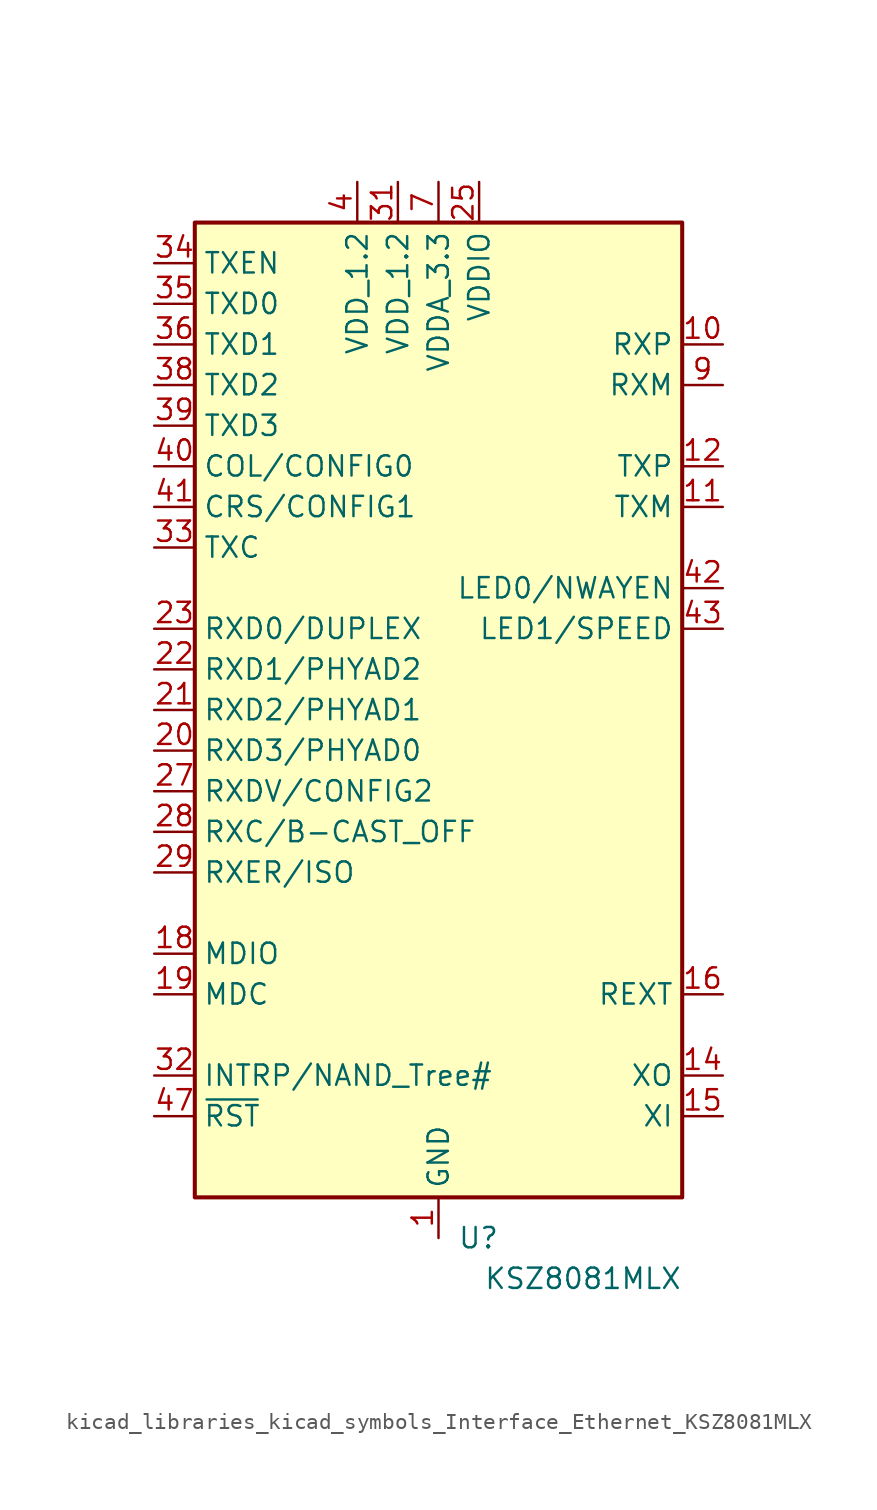
<source format=kicad_sym>
(kicad_symbol_lib
  (version 20220914)
  (generator kicad_symbol_editor)
  (symbol "kicad_libraries_kicad_symbols_Interface_Ethernet_KSZ8081MLX"
    (property "Reference" "U"
      (at 3.81 -33.02 0)
      (effects (font (size 1.27 1.27)) (justify right)))
    (property "Value" "KSZ8081MLX"
      (at 15.24 -35.56 0)
      (effects (font (size 1.27 1.27)) (justify right)))
    (symbol "kicad_libraries_kicad_symbols_Interface_Ethernet_KSZ8081MLX_1_1"
      (rectangle (start -15.24 30.48) (end 15.24 -30.48) (stroke (width 0.254) (type default)) (fill (type background)))
      (pin power_in line (at 0 -33.02 90) (length 2.54) (name "GND" (effects (font (size 1.27 1.27)))) (number "1" (effects (font (size 1.27 1.27)))))
      (pin passive line (at 17.78 22.86 180) (length 2.54) (name "RXP" (effects (font (size 1.27 1.27)))) (number "10" (effects (font (size 1.27 1.27)))))
      (pin passive line (at 17.78 12.7 180) (length 2.54) (name "TXM" (effects (font (size 1.27 1.27)))) (number "11" (effects (font (size 1.27 1.27)))))
      (pin passive line (at 17.78 15.24 180) (length 2.54) (name "TXP" (effects (font (size 1.27 1.27)))) (number "12" (effects (font (size 1.27 1.27)))))
      (pin passive line (at 0 -33.02 90) (length 2.54) hide (name "GND" (effects (font (size 1.27 1.27)))) (number "13" (effects (font (size 1.27 1.27)))))
      (pin output line (at 17.78 -22.86 180) (length 2.54) (name "XO" (effects (font (size 1.27 1.27)))) (number "14" (effects (font (size 1.27 1.27)))))
      (pin input line (at 17.78 -25.4 180) (length 2.54) (name "XI" (effects (font (size 1.27 1.27)))) (number "15" (effects (font (size 1.27 1.27)))))
      (pin passive line (at 17.78 -17.78 180) (length 2.54) (name "REXT" (effects (font (size 1.27 1.27)))) (number "16" (effects (font (size 1.27 1.27)))))
      (pin passive line (at 0 -33.02 90) (length 2.54) hide (name "GND" (effects (font (size 1.27 1.27)))) (number "17" (effects (font (size 1.27 1.27)))))
      (pin bidirectional line (at -17.78 -15.24 0) (length 2.54) (name "MDIO" (effects (font (size 1.27 1.27)))) (number "18" (effects (font (size 1.27 1.27)))))
      (pin input line (at -17.78 -17.78 0) (length 2.54) (name "MDC" (effects (font (size 1.27 1.27)))) (number "19" (effects (font (size 1.27 1.27)))))
      (pin passive line (at 0 -33.02 90) (length 2.54) hide (name "GND" (effects (font (size 1.27 1.27)))) (number "2" (effects (font (size 1.27 1.27)))))
      (pin output line (at -17.78 -2.54 0) (length 2.54) (name "RXD3/PHYAD0" (effects (font (size 1.27 1.27)))) (number "20" (effects (font (size 1.27 1.27)))))
      (pin output line (at -17.78 0 0) (length 2.54) (name "RXD2/PHYAD1" (effects (font (size 1.27 1.27)))) (number "21" (effects (font (size 1.27 1.27)))))
      (pin output line (at -17.78 2.54 0) (length 2.54) (name "RXD1/PHYAD2" (effects (font (size 1.27 1.27)))) (number "22" (effects (font (size 1.27 1.27)))))
      (pin output line (at -17.78 5.08 0) (length 2.54) (name "RXD0/DUPLEX" (effects (font (size 1.27 1.27)))) (number "23" (effects (font (size 1.27 1.27)))))
      (pin passive line (at 0 -33.02 90) (length 2.54) hide (name "GND" (effects (font (size 1.27 1.27)))) (number "24" (effects (font (size 1.27 1.27)))))
      (pin power_in line (at 2.54 33.02 270) (length 2.54) (name "VDDIO" (effects (font (size 1.27 1.27)))) (number "25" (effects (font (size 1.27 1.27)))))
      (pin no_connect line (at 15.24 -7.62 180) (length 2.54) hide (name "NC" (effects (font (size 1.27 1.27)))) (number "26" (effects (font (size 1.27 1.27)))))
      (pin bidirectional line (at -17.78 -5.08 0) (length 2.54) (name "RXDV/CONFIG2" (effects (font (size 1.27 1.27)))) (number "27" (effects (font (size 1.27 1.27)))))
      (pin bidirectional line (at -17.78 -7.62 0) (length 2.54) (name "RXC/B-CAST_OFF" (effects (font (size 1.27 1.27)))) (number "28" (effects (font (size 1.27 1.27)))))
      (pin output line (at -17.78 -10.16 0) (length 2.54) (name "RXER/ISO" (effects (font (size 1.27 1.27)))) (number "29" (effects (font (size 1.27 1.27)))))
      (pin passive line (at 0 -33.02 90) (length 2.54) hide (name "GND" (effects (font (size 1.27 1.27)))) (number "3" (effects (font (size 1.27 1.27)))))
      (pin passive line (at 0 -33.02 90) (length 2.54) hide (name "GND" (effects (font (size 1.27 1.27)))) (number "30" (effects (font (size 1.27 1.27)))))
      (pin power_in line (at -2.54 33.02 270) (length 2.54) (name "VDD_1.2" (effects (font (size 1.27 1.27)))) (number "31" (effects (font (size 1.27 1.27)))))
      (pin bidirectional line (at -17.78 -22.86 0) (length 2.54) (name "INTRP/NAND_Tree#" (effects (font (size 1.27 1.27)))) (number "32" (effects (font (size 1.27 1.27)))))
      (pin bidirectional line (at -17.78 10.16 0) (length 2.54) (name "TXC" (effects (font (size 1.27 1.27)))) (number "33" (effects (font (size 1.27 1.27)))))
      (pin input line (at -17.78 27.94 0) (length 2.54) (name "TXEN" (effects (font (size 1.27 1.27)))) (number "34" (effects (font (size 1.27 1.27)))))
      (pin input line (at -17.78 25.4 0) (length 2.54) (name "TXD0" (effects (font (size 1.27 1.27)))) (number "35" (effects (font (size 1.27 1.27)))))
      (pin input line (at -17.78 22.86 0) (length 2.54) (name "TXD1" (effects (font (size 1.27 1.27)))) (number "36" (effects (font (size 1.27 1.27)))))
      (pin passive line (at 0 -33.02 90) (length 2.54) hide (name "GND" (effects (font (size 1.27 1.27)))) (number "37" (effects (font (size 1.27 1.27)))))
      (pin input line (at -17.78 20.32 0) (length 2.54) (name "TXD2" (effects (font (size 1.27 1.27)))) (number "38" (effects (font (size 1.27 1.27)))))
      (pin input line (at -17.78 17.78 0) (length 2.54) (name "TXD3" (effects (font (size 1.27 1.27)))) (number "39" (effects (font (size 1.27 1.27)))))
      (pin power_out line (at -5.08 33.02 270) (length 2.54) (name "VDD_1.2" (effects (font (size 1.27 1.27)))) (number "4" (effects (font (size 1.27 1.27)))))
      (pin bidirectional line (at -17.78 15.24 0) (length 2.54) (name "COL/CONFIG0" (effects (font (size 1.27 1.27)))) (number "40" (effects (font (size 1.27 1.27)))))
      (pin bidirectional line (at -17.78 12.7 0) (length 2.54) (name "CRS/CONFIG1" (effects (font (size 1.27 1.27)))) (number "41" (effects (font (size 1.27 1.27)))))
      (pin bidirectional line (at 17.78 7.62 180) (length 2.54) (name "LED0/NWAYEN" (effects (font (size 1.27 1.27)))) (number "42" (effects (font (size 1.27 1.27)))))
      (pin output line (at 17.78 5.08 180) (length 2.54) (name "LED1/SPEED" (effects (font (size 1.27 1.27)))) (number "43" (effects (font (size 1.27 1.27)))))
      (pin no_connect line (at 15.24 -15.24 180) (length 2.54) hide (name "TEST/NC" (effects (font (size 1.27 1.27)))) (number "44" (effects (font (size 1.27 1.27)))))
      (pin no_connect line (at 15.24 -10.16 180) (length 2.54) hide (name "NC" (effects (font (size 1.27 1.27)))) (number "45" (effects (font (size 1.27 1.27)))))
      (pin no_connect line (at 15.24 -12.7 180) (length 2.54) hide (name "NC" (effects (font (size 1.27 1.27)))) (number "46" (effects (font (size 1.27 1.27)))))
      (pin input line (at -17.78 -25.4 0) (length 2.54) (name "~{RST}" (effects (font (size 1.27 1.27)))) (number "47" (effects (font (size 1.27 1.27)))))
      (pin no_connect line (at 15.24 0 180) (length 2.54) hide (name "NC" (effects (font (size 1.27 1.27)))) (number "5" (effects (font (size 1.27 1.27)))))
      (pin no_connect line (at 15.24 -2.54 180) (length 2.54) hide (name "NC" (effects (font (size 1.27 1.27)))) (number "6" (effects (font (size 1.27 1.27)))))
      (pin power_in line (at 0 33.02 270) (length 2.54) (name "VDDA_3.3" (effects (font (size 1.27 1.27)))) (number "7" (effects (font (size 1.27 1.27)))))
      (pin no_connect line (at 15.24 -5.08 180) (length 2.54) hide (name "NC" (effects (font (size 1.27 1.27)))) (number "8" (effects (font (size 1.27 1.27)))))
      (pin passive line (at 17.78 20.32 180) (length 2.54) (name "RXM" (effects (font (size 1.27 1.27)))) (number "9" (effects (font (size 1.27 1.27))))))))
</source>
